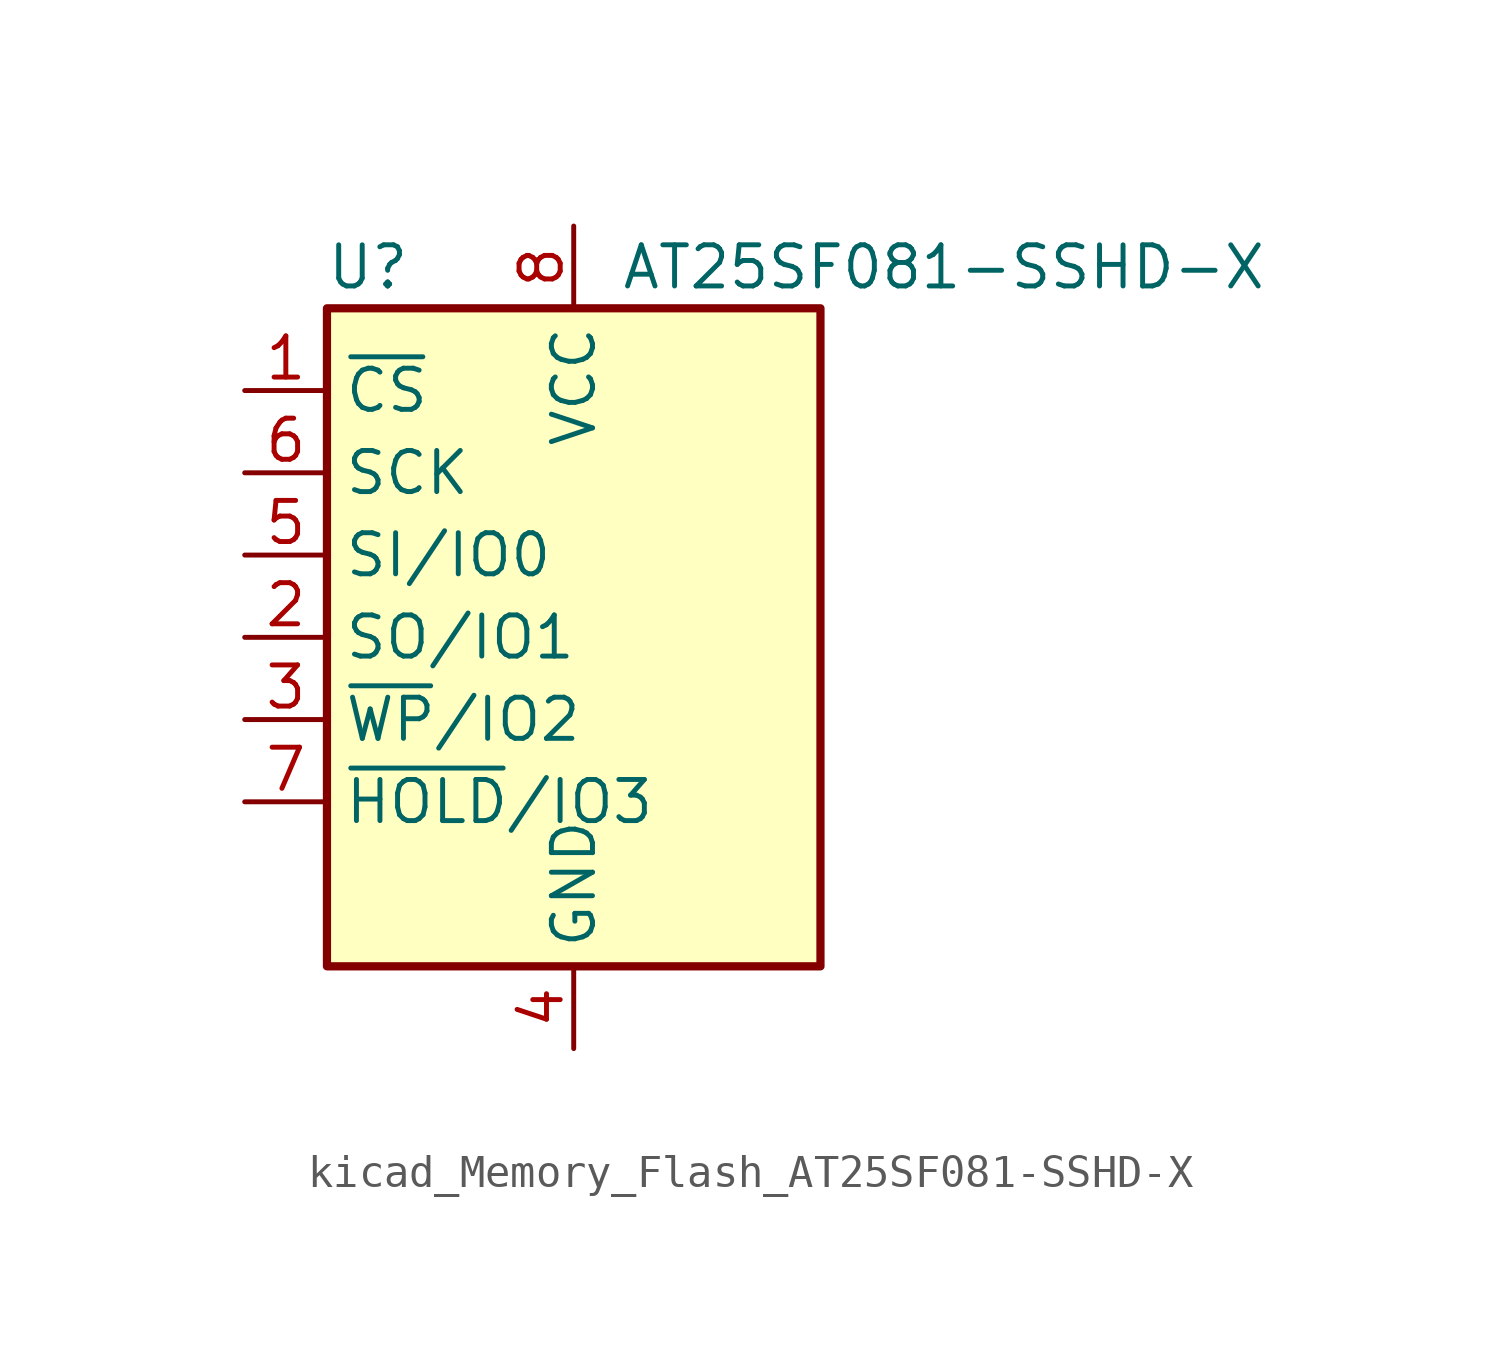
<source format=kicad_sym>
(kicad_symbol_lib
  (version 20220914)
  (generator kicad_symbol_editor)
  (symbol "kicad_Memory_Flash_AT25SF081-SSHD-X"
    (property "Reference" "U"
      (at -6.35 11.43 0)
      (effects (font (size 1.27 1.27))))
    (property "Value" "AT25SF081-SSHD-X"
      (at 11.43 11.43 0)
      (effects (font (size 1.27 1.27))))
    (symbol "kicad_Memory_Flash_AT25SF081-SSHD-X_0_1"
      (rectangle (start -7.62 10.16) (end 7.62 -10.16) (stroke (width 0.254) (type default)) (fill (type background))))
    (symbol "kicad_Memory_Flash_AT25SF081-SSHD-X_1_1"
      (pin input line (at -10.16 7.62 0) (length 2.54) (name "~{CS}" (effects (font (size 1.27 1.27)))) (number "1" (effects (font (size 1.27 1.27)))))
      (pin bidirectional line (at -10.16 0 0) (length 2.54) (name "SO/IO1" (effects (font (size 1.27 1.27)))) (number "2" (effects (font (size 1.27 1.27)))))
      (pin bidirectional line (at -10.16 -2.54 0) (length 2.54) (name "~{WP}/IO2" (effects (font (size 1.27 1.27)))) (number "3" (effects (font (size 1.27 1.27)))))
      (pin power_in line (at 0 -12.7 90) (length 2.54) (name "GND" (effects (font (size 1.27 1.27)))) (number "4" (effects (font (size 1.27 1.27)))))
      (pin bidirectional line (at -10.16 2.54 0) (length 2.54) (name "SI/IO0" (effects (font (size 1.27 1.27)))) (number "5" (effects (font (size 1.27 1.27)))))
      (pin input line (at -10.16 5.08 0) (length 2.54) (name "SCK" (effects (font (size 1.27 1.27)))) (number "6" (effects (font (size 1.27 1.27)))))
      (pin bidirectional line (at -10.16 -5.08 0) (length 2.54) (name "~{HOLD}/IO3" (effects (font (size 1.27 1.27)))) (number "7" (effects (font (size 1.27 1.27)))))
      (pin power_in line (at 0 12.7 270) (length 2.54) (name "VCC" (effects (font (size 1.27 1.27)))) (number "8" (effects (font (size 1.27 1.27))))))))
</source>
